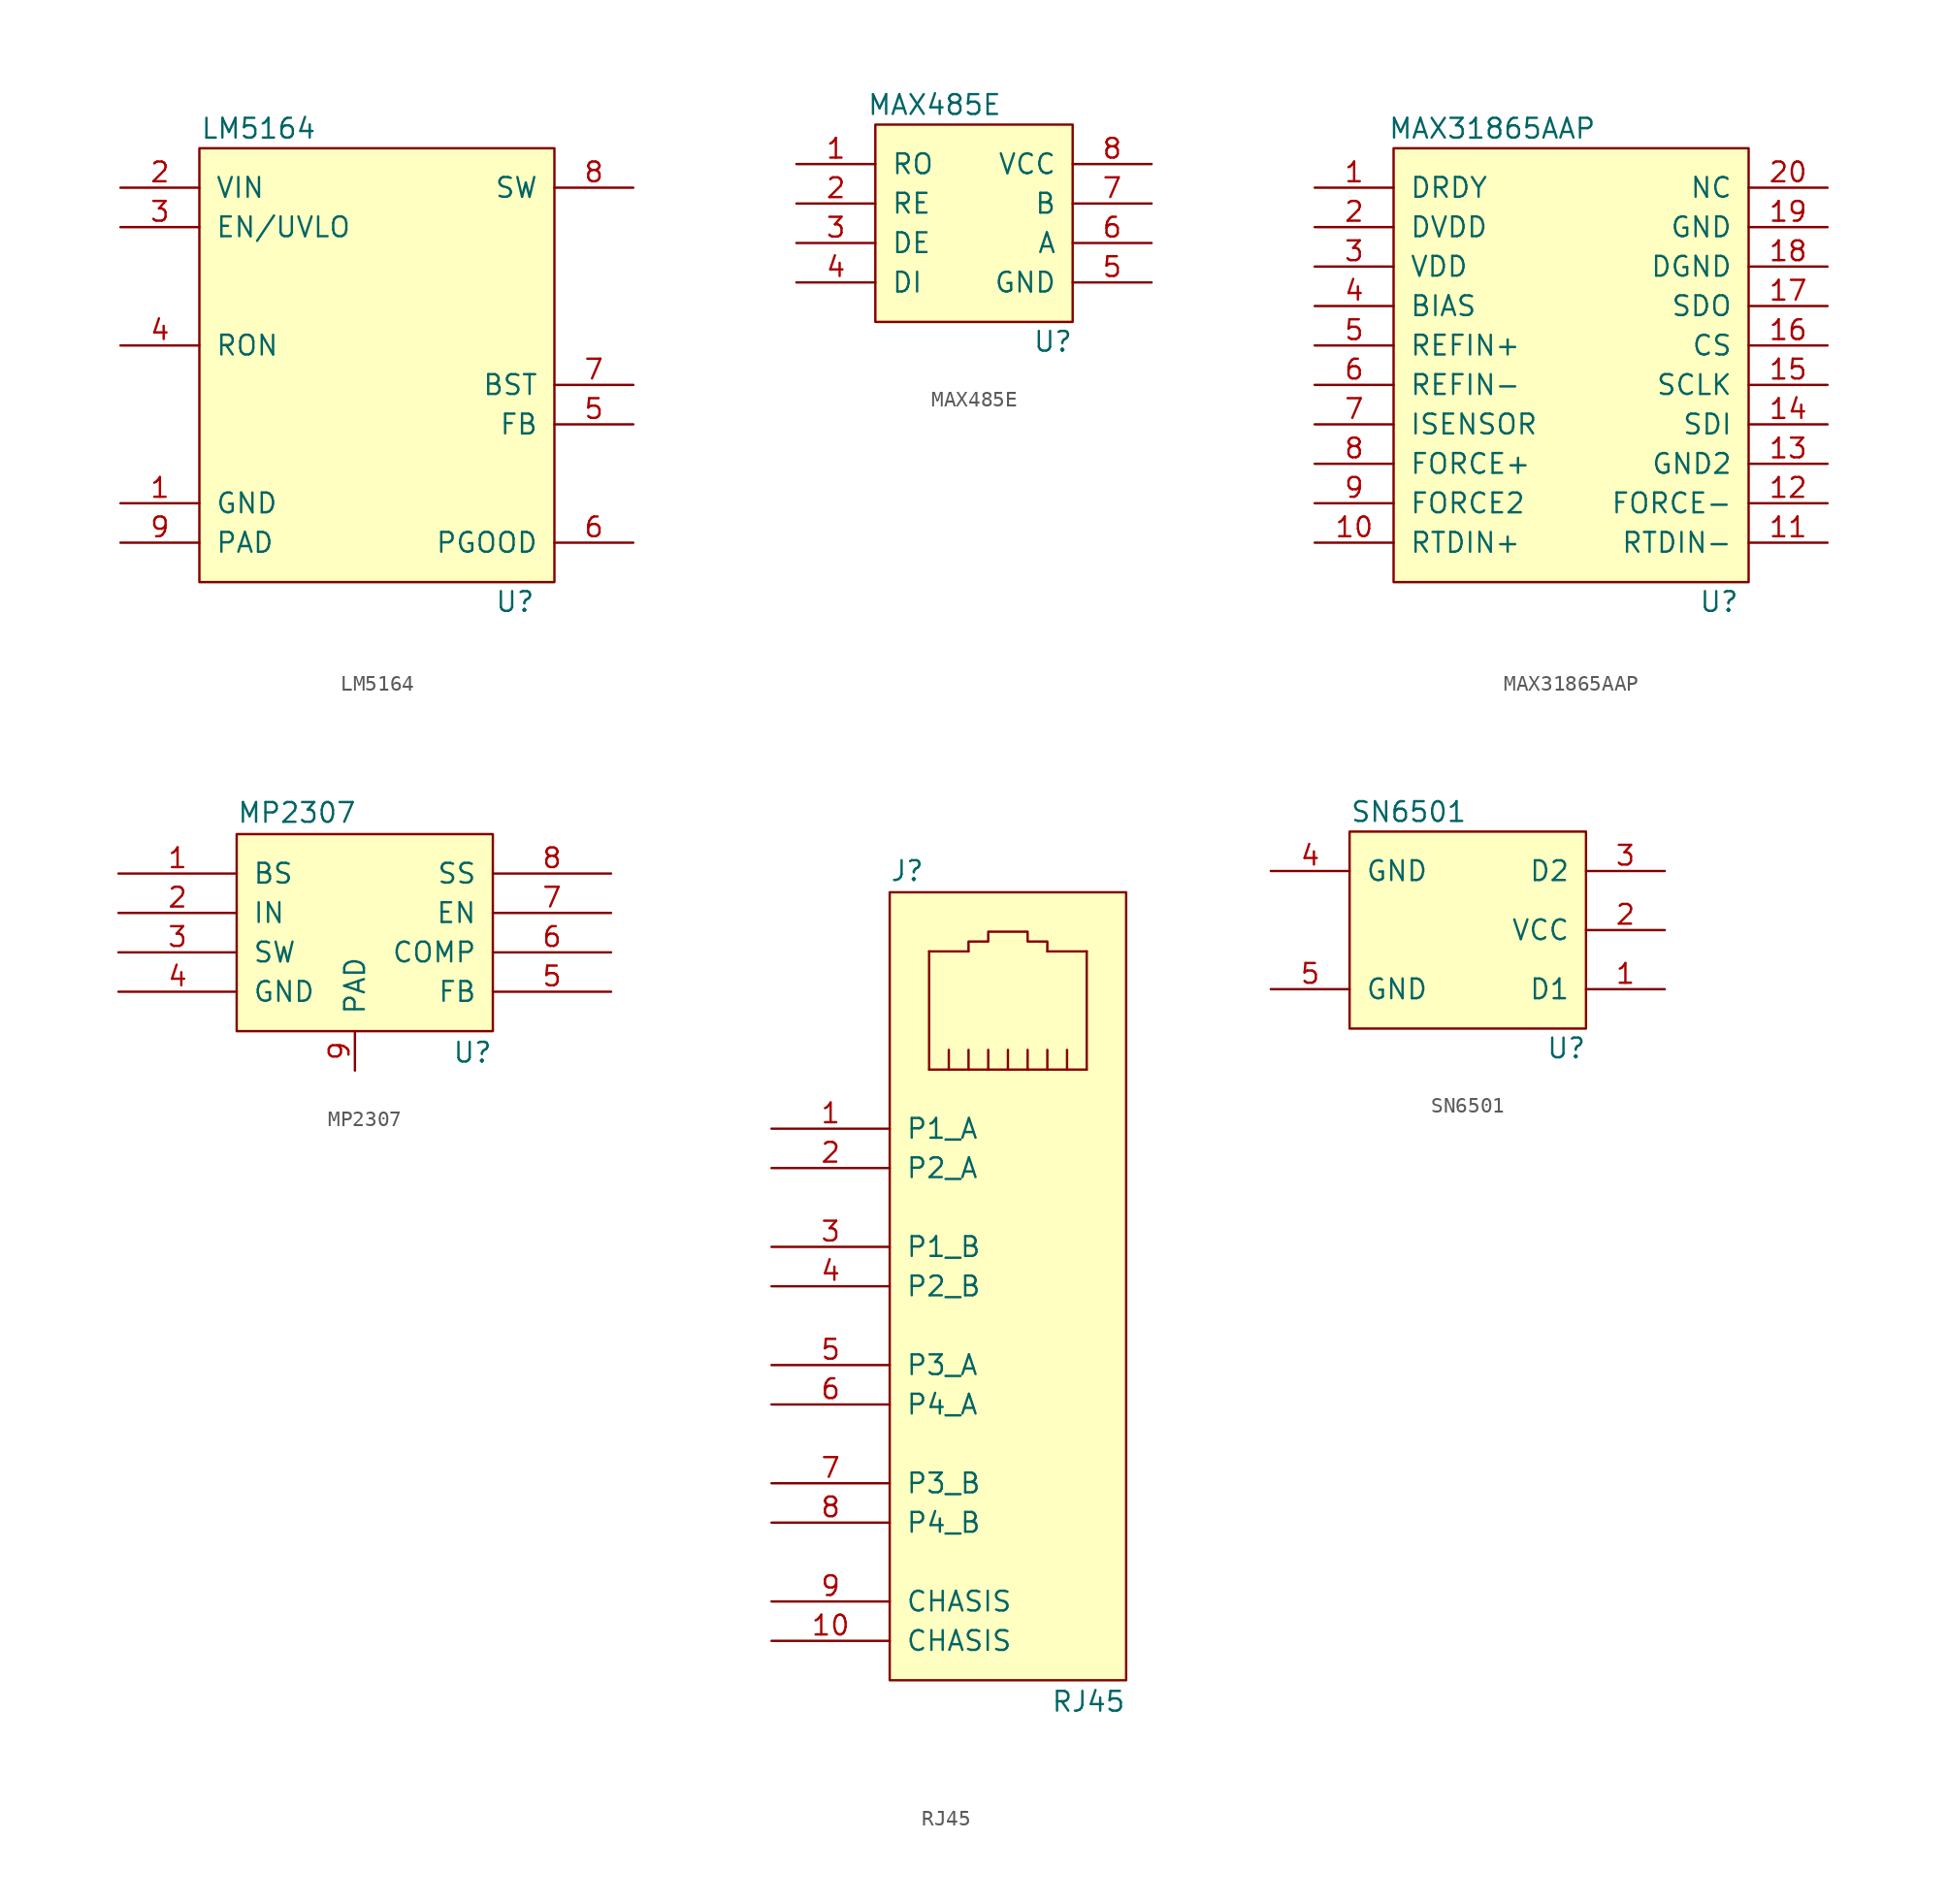
<source format=kicad_sym>
(kicad_symbol_lib
  (version 20211014)
  (generator kicad_symbol_editor)
  (symbol "LM5164"
    (pin_names
      (offset 1.016))
    (property "Reference" "U"
      (at 20.32 -26.67 0)
      (effects (font (size 1.27 1.27))))
    (property "Value" "LM5164"
      (at 3.81 3.81 0)
      (effects (font (size 1.27 1.27))))
    (symbol "LM5164_0_1"
      (rectangle (start 22.86 2.54) (end 0 -25.4) (stroke (width 0) (type default) (color 0 0 0 0)) (fill (type background))))
    (symbol "LM5164_1_1"
      (pin input line (at -5.08 -20.32 0) (length 5.08) (name "GND" (effects (font (size 1.27 1.27)))) (number "1" (effects (font (size 1.27 1.27)))))
      (pin input line (at -5.08 0 0) (length 5.08) (name "VIN" (effects (font (size 1.27 1.27)))) (number "2" (effects (font (size 1.27 1.27)))))
      (pin input line (at -5.08 -2.54 0) (length 5.08) (name "EN/UVLO" (effects (font (size 1.27 1.27)))) (number "3" (effects (font (size 1.27 1.27)))))
      (pin input line (at -5.08 -10.16 0) (length 5.08) (name "RON" (effects (font (size 1.27 1.27)))) (number "4" (effects (font (size 1.27 1.27)))))
      (pin input line (at 27.94 -15.24 180) (length 5.08) (name "FB" (effects (font (size 1.27 1.27)))) (number "5" (effects (font (size 1.27 1.27)))))
      (pin input line (at 27.94 -22.86 180) (length 5.08) (name "PGOOD" (effects (font (size 1.27 1.27)))) (number "6" (effects (font (size 1.27 1.27)))))
      (pin input line (at 27.94 -12.7 180) (length 5.08) (name "BST" (effects (font (size 1.27 1.27)))) (number "7" (effects (font (size 1.27 1.27)))))
      (pin input line (at 27.94 0 180) (length 5.08) (name "SW" (effects (font (size 1.27 1.27)))) (number "8" (effects (font (size 1.27 1.27)))))
      (pin input line (at -5.08 -22.86 0) (length 5.08) (name "PAD" (effects (font (size 1.27 1.27)))) (number "9" (effects (font (size 1.27 1.27)))))))
  (symbol "MAX485E"
    (pin_names
      (offset 1.016))
    (property "Reference" "U"
      (at 11.43 -11.43 0)
      (effects (font (size 1.27 1.27))))
    (property "Value" "MAX485E"
      (at 3.81 3.81 0)
      (effects (font (size 1.27 1.27))))
    (symbol "MAX485E_0_1"
      (rectangle (start 12.7 -10.16) (end 0 2.54) (stroke (width 0) (type default) (color 0 0 0 0)) (fill (type background))))
    (symbol "MAX485E_1_1"
      (pin input line (at -5.08 0 0) (length 5.08) (name "RO" (effects (font (size 1.27 1.27)))) (number "1" (effects (font (size 1.27 1.27)))))
      (pin input line (at -5.08 -2.54 0) (length 5.08) (name "RE" (effects (font (size 1.27 1.27)))) (number "2" (effects (font (size 1.27 1.27)))))
      (pin input line (at -5.08 -5.08 0) (length 5.08) (name "DE" (effects (font (size 1.27 1.27)))) (number "3" (effects (font (size 1.27 1.27)))))
      (pin input line (at -5.08 -7.62 0) (length 5.08) (name "DI" (effects (font (size 1.27 1.27)))) (number "4" (effects (font (size 1.27 1.27)))))
      (pin input line (at 17.78 -7.62 180) (length 5.08) (name "GND" (effects (font (size 1.27 1.27)))) (number "5" (effects (font (size 1.27 1.27)))))
      (pin input line (at 17.78 -5.08 180) (length 5.08) (name "A" (effects (font (size 1.27 1.27)))) (number "6" (effects (font (size 1.27 1.27)))))
      (pin input line (at 17.78 -2.54 180) (length 5.08) (name "B" (effects (font (size 1.27 1.27)))) (number "7" (effects (font (size 1.27 1.27)))))
      (pin input line (at 17.78 0 180) (length 5.08) (name "VCC" (effects (font (size 1.27 1.27)))) (number "8" (effects (font (size 1.27 1.27)))))))
  (symbol "MAX31865AAP"
    (pin_names
      (offset 1.016))
    (property "Reference" "U"
      (at 20.955 -26.67 0)
      (effects (font (size 1.27 1.27))))
    (property "Value" "MAX31865AAP"
      (at 6.35 3.81 0)
      (effects (font (size 1.27 1.27))))
    (symbol "MAX31865AAP_0_1"
      (rectangle (start 0 2.54) (end 22.86 -25.4) (stroke (width 0) (type default) (color 0 0 0 0)) (fill (type background))))
    (symbol "MAX31865AAP_1_1"
      (pin input line (at -5.08 0 0) (length 5.08) (name "DRDY" (effects (font (size 1.27 1.27)))) (number "1" (effects (font (size 1.27 1.27)))))
      (pin input line (at -5.08 -22.86 0) (length 5.08) (name "RTDIN+" (effects (font (size 1.27 1.27)))) (number "10" (effects (font (size 1.27 1.27)))))
      (pin input line (at 27.94 -22.86 180) (length 5.08) (name "RTDIN-" (effects (font (size 1.27 1.27)))) (number "11" (effects (font (size 1.27 1.27)))))
      (pin input line (at 27.94 -20.32 180) (length 5.08) (name "FORCE-" (effects (font (size 1.27 1.27)))) (number "12" (effects (font (size 1.27 1.27)))))
      (pin input line (at 27.94 -17.78 180) (length 5.08) (name "GND2" (effects (font (size 1.27 1.27)))) (number "13" (effects (font (size 1.27 1.27)))))
      (pin input line (at 27.94 -15.24 180) (length 5.08) (name "SDI" (effects (font (size 1.27 1.27)))) (number "14" (effects (font (size 1.27 1.27)))))
      (pin input line (at 27.94 -12.7 180) (length 5.08) (name "SCLK" (effects (font (size 1.27 1.27)))) (number "15" (effects (font (size 1.27 1.27)))))
      (pin input line (at 27.94 -10.16 180) (length 5.08) (name "CS" (effects (font (size 1.27 1.27)))) (number "16" (effects (font (size 1.27 1.27)))))
      (pin input line (at 27.94 -7.62 180) (length 5.08) (name "SDO" (effects (font (size 1.27 1.27)))) (number "17" (effects (font (size 1.27 1.27)))))
      (pin input line (at 27.94 -5.08 180) (length 5.08) (name "DGND" (effects (font (size 1.27 1.27)))) (number "18" (effects (font (size 1.27 1.27)))))
      (pin input line (at 27.94 -2.54 180) (length 5.08) (name "GND" (effects (font (size 1.27 1.27)))) (number "19" (effects (font (size 1.27 1.27)))))
      (pin input line (at -5.08 -2.54 0) (length 5.08) (name "DVDD" (effects (font (size 1.27 1.27)))) (number "2" (effects (font (size 1.27 1.27)))))
      (pin input line (at 27.94 0 180) (length 5.08) (name "NC" (effects (font (size 1.27 1.27)))) (number "20" (effects (font (size 1.27 1.27)))))
      (pin input line (at -5.08 -5.08 0) (length 5.08) (name "VDD" (effects (font (size 1.27 1.27)))) (number "3" (effects (font (size 1.27 1.27)))))
      (pin input line (at -5.08 -7.62 0) (length 5.08) (name "BIAS" (effects (font (size 1.27 1.27)))) (number "4" (effects (font (size 1.27 1.27)))))
      (pin input line (at -5.08 -10.16 0) (length 5.08) (name "REFIN+" (effects (font (size 1.27 1.27)))) (number "5" (effects (font (size 1.27 1.27)))))
      (pin input line (at -5.08 -12.7 0) (length 5.08) (name "REFIN-" (effects (font (size 1.27 1.27)))) (number "6" (effects (font (size 1.27 1.27)))))
      (pin input line (at -5.08 -15.24 0) (length 5.08) (name "ISENSOR" (effects (font (size 1.27 1.27)))) (number "7" (effects (font (size 1.27 1.27)))))
      (pin input line (at -5.08 -17.78 0) (length 5.08) (name "FORCE+" (effects (font (size 1.27 1.27)))) (number "8" (effects (font (size 1.27 1.27)))))
      (pin input line (at -5.08 -20.32 0) (length 5.08) (name "FORCE2" (effects (font (size 1.27 1.27)))) (number "9" (effects (font (size 1.27 1.27)))))))
  (symbol "MP2307"
    (pin_names
      (offset 1.016))
    (property "Reference" "U"
      (at 7.62 -9.525 0)
      (effects (font (size 1.27 1.27)) (justify right top)))
    (property "Value" "MP2307"
      (at -8.89 4.445 0)
      (effects (font (size 1.27 1.27)) (justify left bottom)))
    (property "Footprint" ""
      (at -2.54 0 0)
      (effects (font (size 1.524 1.524))))
    (property "Datasheet" ""
      (at -2.54 0 0)
      (effects (font (size 1.524 1.524))))
    (symbol "MP2307_0_1"
      (rectangle (start -8.89 3.81) (end 7.62 -8.89) (stroke (width 0) (type default) (color 0 0 0 0)) (fill (type background))))
    (symbol "MP2307_1_1"
      (pin bidirectional line (at -16.51 1.27 0) (length 7.62) (name "BS" (effects (font (size 1.27 1.27)))) (number "1" (effects (font (size 1.27 1.27)))))
      (pin input line (at -16.51 -1.27 0) (length 7.62) (name "IN" (effects (font (size 1.27 1.27)))) (number "2" (effects (font (size 1.27 1.27)))))
      (pin output line (at -16.51 -3.81 0) (length 7.62) (name "SW" (effects (font (size 1.27 1.27)))) (number "3" (effects (font (size 1.27 1.27)))))
      (pin power_in line (at -16.51 -6.35 0) (length 7.62) (name "GND" (effects (font (size 1.27 1.27)))) (number "4" (effects (font (size 1.27 1.27)))))
      (pin input line (at 15.24 -6.35 180) (length 7.62) (name "FB" (effects (font (size 1.27 1.27)))) (number "5" (effects (font (size 1.27 1.27)))))
      (pin bidirectional line (at 15.24 -3.81 180) (length 7.62) (name "COMP" (effects (font (size 1.27 1.27)))) (number "6" (effects (font (size 1.27 1.27)))))
      (pin input line (at 15.24 -1.27 180) (length 7.62) (name "EN" (effects (font (size 1.27 1.27)))) (number "7" (effects (font (size 1.27 1.27)))))
      (pin bidirectional line (at 15.24 1.27 180) (length 7.62) (name "SS" (effects (font (size 1.27 1.27)))) (number "8" (effects (font (size 1.27 1.27)))))
      (pin input line (at -1.27 -11.43 90) (length 2.54) (name "PAD" (effects (font (size 1.27 1.27)))) (number "9" (effects (font (size 1.27 1.27)))))))
  (symbol "RJ45"
    (pin_names
      (offset 1.016))
    (property "Reference" "J"
      (at -5.08 15.875 0)
      (effects (font (size 1.27 1.27)) (justify left bottom)))
    (property "Value" "RJ45"
      (at 10.16 -36.195 0)
      (effects (font (size 1.27 1.27)) (justify right top)))
    (property "Footprint" ""
      (at 0 0 0)
      (effects (font (size 1.524 1.524))))
    (property "Datasheet" ""
      (at 0 0 0)
      (effects (font (size 1.524 1.524))))
    (symbol "RJ45_0_1"
      (rectangle (start -5.08 15.24) (end 10.16 -35.56) (stroke (width 0) (type default) (color 0 0 0 0)) (fill (type background)))
      (polyline (pts (xy -2.54 3.81) (xy -2.54 11.43)) (stroke (width 0) (type default) (color 0 0 0 0)) (fill (type none)))
      (polyline (pts (xy -1.27 5.08) (xy -1.27 3.81)) (stroke (width 0) (type default) (color 0 0 0 0)) (fill (type none)))
      (polyline (pts (xy 0 3.81) (xy 0 5.08)) (stroke (width 0) (type default) (color 0 0 0 0)) (fill (type none)))
      (polyline (pts (xy 0 11.43) (xy -2.54 11.43)) (stroke (width 0) (type default) (color 0 0 0 0)) (fill (type none)))
      (polyline (pts (xy 1.27 5.08) (xy 1.27 3.81)) (stroke (width 0) (type default) (color 0 0 0 0)) (fill (type none)))
      (polyline (pts (xy 2.54 5.08) (xy 2.54 3.81)) (stroke (width 0) (type default) (color 0 0 0 0)) (fill (type none)))
      (polyline (pts (xy 3.81 5.08) (xy 3.81 3.81)) (stroke (width 0) (type default) (color 0 0 0 0)) (fill (type none)))
      (polyline (pts (xy 5.08 5.08) (xy 5.08 3.81)) (stroke (width 0) (type default) (color 0 0 0 0)) (fill (type none)))
      (polyline (pts (xy 5.08 11.43) (xy 7.62 11.43)) (stroke (width 0) (type default) (color 0 0 0 0)) (fill (type none)))
      (polyline (pts (xy 6.35 5.08) (xy 6.35 3.81)) (stroke (width 0) (type default) (color 0 0 0 0)) (fill (type none)))
      (polyline (pts (xy 7.62 3.81) (xy -2.54 3.81)) (stroke (width 0) (type default) (color 0 0 0 0)) (fill (type none)))
      (polyline (pts (xy 7.62 11.43) (xy 7.62 3.81)) (stroke (width 0) (type default) (color 0 0 0 0)) (fill (type none)))
      (polyline (pts (xy 5.08 11.43) (xy 5.08 12.065) (xy 3.81 12.065) (xy 3.81 12.7) (xy 1.27 12.7) (xy 1.27 12.065) (xy 0 12.065) (xy 0 11.43)) (stroke (width 0) (type default) (color 0 0 0 0)) (fill (type none))))
    (symbol "RJ45_1_1"
      (pin passive line (at -12.7 0 0) (length 7.62) (name "P1_A" (effects (font (size 1.27 1.27)))) (number "1" (effects (font (size 1.27 1.27)))))
      (pin passive line (at -12.7 -33.02 0) (length 7.62) (name "CHASIS" (effects (font (size 1.27 1.27)))) (number "10" (effects (font (size 1.27 1.27)))))
      (pin passive line (at -12.7 -2.54 0) (length 7.62) (name "P2_A" (effects (font (size 1.27 1.27)))) (number "2" (effects (font (size 1.27 1.27)))))
      (pin passive line (at -12.7 -7.62 0) (length 7.62) (name "P1_B" (effects (font (size 1.27 1.27)))) (number "3" (effects (font (size 1.27 1.27)))))
      (pin passive line (at -12.7 -10.16 0) (length 7.62) (name "P2_B" (effects (font (size 1.27 1.27)))) (number "4" (effects (font (size 1.27 1.27)))))
      (pin passive line (at -12.7 -15.24 0) (length 7.62) (name "P3_A" (effects (font (size 1.27 1.27)))) (number "5" (effects (font (size 1.27 1.27)))))
      (pin passive line (at -12.7 -17.78 0) (length 7.62) (name "P4_A" (effects (font (size 1.27 1.27)))) (number "6" (effects (font (size 1.27 1.27)))))
      (pin passive line (at -12.7 -22.86 0) (length 7.62) (name "P3_B" (effects (font (size 1.27 1.27)))) (number "7" (effects (font (size 1.27 1.27)))))
      (pin passive line (at -12.7 -25.4 0) (length 7.62) (name "P4_B" (effects (font (size 1.27 1.27)))) (number "8" (effects (font (size 1.27 1.27)))))
      (pin passive line (at -12.7 -30.48 0) (length 7.62) (name "CHASIS" (effects (font (size 1.27 1.27)))) (number "9" (effects (font (size 1.27 1.27)))))))
  (symbol "SN6501"
    (pin_names
      (offset 1.016))
    (property "Reference" "U"
      (at 13.97 -11.43 0)
      (effects (font (size 1.27 1.27))))
    (property "Value" "SN6501"
      (at 3.81 3.81 0)
      (effects (font (size 1.27 1.27))))
    (symbol "SN6501_0_1"
      (rectangle (start 15.24 2.54) (end 0 -10.16) (stroke (width 0) (type default) (color 0 0 0 0)) (fill (type background))))
    (symbol "SN6501_1_1"
      (pin input line (at 20.32 -7.62 180) (length 5.08) (name "D1" (effects (font (size 1.27 1.27)))) (number "1" (effects (font (size 1.27 1.27)))))
      (pin input line (at 20.32 -3.81 180) (length 5.08) (name "VCC" (effects (font (size 1.27 1.27)))) (number "2" (effects (font (size 1.27 1.27)))))
      (pin input line (at 20.32 0 180) (length 5.08) (name "D2" (effects (font (size 1.27 1.27)))) (number "3" (effects (font (size 1.27 1.27)))))
      (pin input line (at -5.08 0 0) (length 5.08) (name "GND" (effects (font (size 1.27 1.27)))) (number "4" (effects (font (size 1.27 1.27)))))
      (pin input line (at -5.08 -7.62 0) (length 5.08) (name "GND" (effects (font (size 1.27 1.27)))) (number "5" (effects (font (size 1.27 1.27))))))))
</source>
